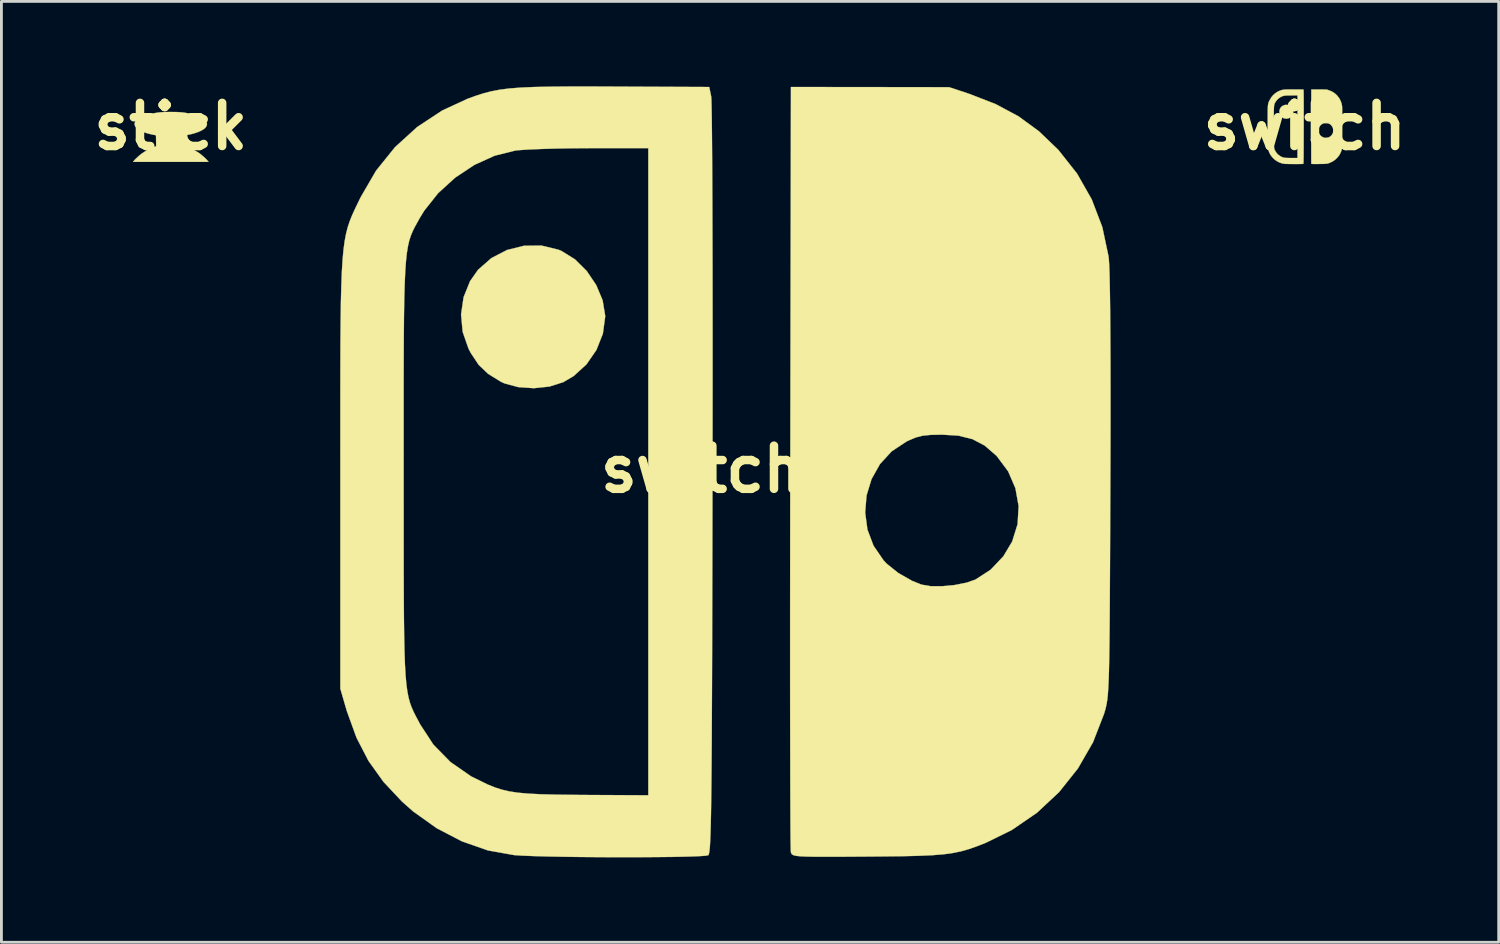
<source format=kicad_pcb>
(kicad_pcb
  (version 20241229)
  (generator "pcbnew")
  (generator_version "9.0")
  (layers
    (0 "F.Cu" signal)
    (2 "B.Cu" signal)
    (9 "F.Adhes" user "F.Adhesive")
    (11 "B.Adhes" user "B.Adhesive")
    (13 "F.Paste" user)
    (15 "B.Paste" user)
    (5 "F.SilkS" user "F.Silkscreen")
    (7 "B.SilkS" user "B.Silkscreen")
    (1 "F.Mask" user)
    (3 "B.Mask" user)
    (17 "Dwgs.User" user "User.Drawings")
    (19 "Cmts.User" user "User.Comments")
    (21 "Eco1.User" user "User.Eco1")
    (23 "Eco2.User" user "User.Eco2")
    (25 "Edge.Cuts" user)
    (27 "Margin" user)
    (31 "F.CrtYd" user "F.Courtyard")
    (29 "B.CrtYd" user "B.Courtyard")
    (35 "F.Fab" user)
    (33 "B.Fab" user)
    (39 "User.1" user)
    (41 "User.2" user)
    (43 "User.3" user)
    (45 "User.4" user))
  (footprint "switch2"
    (layer "F.Cu")
    (at 22.475 13.527)
    (property "Reference" "switch2" (at 0 0 0) (layer "F.SilkS") (effects (font (size 1.524 1.524) (thickness 0.3))))
    (attr through_hole)
    (fp_poly (pts (xy -5.804 -7.759) (xy -5.691 -7.712) (xy -5.216 -7.417) (xy -4.798 -7.002) (xy -4.463 -6.505) (xy -4.238 -5.967) (xy -4.149 -5.427) (xy -4.149 -5.389) (xy -4.23 -4.79) (xy -4.457 -4.217) (xy -4.809 -3.706) (xy -5.264 -3.292) (xy -5.629 -3.078) (xy -6.117 -2.923) (xy -6.667 -2.865) (xy -7.218 -2.903) (xy -7.709 -3.036) (xy -7.84 -3.097) (xy -8.285 -3.373) (xy -8.618 -3.691) (xy -8.894 -4.106) (xy -8.977 -4.265) (xy -9.182 -4.853) (xy -9.239 -5.469) (xy -9.15 -6.078) (xy -8.922 -6.644) (xy -8.639 -7.047) (xy -8.168 -7.461) (xy -7.617 -7.746) (xy -7.017 -7.896) (xy -6.402 -7.903) (xy -5.804 -7.759)) (stroke (width 0.01) (type solid)) (fill yes) (layer "F.SilkS"))
    (fp_poly (pts (xy 5.207 -13.501) (xy 8.001 -13.497) (xy 8.721 -13.258) (xy 9.648 -12.898) (xy 10.452 -12.468) (xy 11.171 -11.942) (xy 11.844 -11.297) (xy 11.863 -11.277) (xy 12.519 -10.447) (xy 13.039 -9.532) (xy 13.412 -8.555) (xy 13.628 -7.537) (xy 13.642 -7.429) (xy 13.656 -7.206) (xy 13.669 -6.823) (xy 13.68 -6.286) (xy 13.689 -5.606) (xy 13.695 -4.791) (xy 13.7 -3.849) (xy 13.702 -2.788) (xy 13.702 -1.618) (xy 13.699 -0.346) (xy 13.695 0.656) (xy 13.69 1.939) (xy 13.685 3.064) (xy 13.68 4.043) (xy 13.675 4.887) (xy 13.67 5.606) (xy 13.663 6.214) (xy 13.655 6.721) (xy 13.646 7.138) (xy 13.635 7.477) (xy 13.621 7.749) (xy 13.606 7.966) (xy 13.587 8.139) (xy 13.565 8.28) (xy 13.54 8.399) (xy 13.511 8.509) (xy 13.478 8.621) (xy 13.474 8.636) (xy 13.084 9.64) (xy 12.551 10.566) (xy 11.886 11.401) (xy 11.104 12.131) (xy 10.217 12.74) (xy 9.313 13.185) (xy 8.996 13.311) (xy 8.708 13.412) (xy 8.428 13.493) (xy 8.131 13.554) (xy 7.796 13.6) (xy 7.397 13.632) (xy 6.912 13.653) (xy 6.318 13.667) (xy 5.592 13.675) (xy 5.1 13.679) (xy 4.362 13.684) (xy 3.776 13.686) (xy 3.323 13.686) (xy 2.986 13.68) (xy 2.747 13.67) (xy 2.589 13.653) (xy 2.494 13.628) (xy 2.443 13.594) (xy 2.419 13.551) (xy 2.41 13.516) (xy 2.406 13.412) (xy 2.401 13.149) (xy 2.397 12.734) (xy 2.394 12.177) (xy 2.391 11.488) (xy 2.389 10.675) (xy 2.387 9.748) (xy 2.385 8.716) (xy 2.384 7.588) (xy 2.384 6.373) (xy 2.384 5.08) (xy 2.385 3.719) (xy 2.386 2.298) (xy 2.387 1.528) (xy 5.035 1.528) (xy 5.115 2.129) (xy 5.331 2.701) (xy 5.685 3.217) (xy 5.791 3.33) (xy 6.199 3.659) (xy 6.692 3.94) (xy 7.027 4.074) (xy 7.343 4.128) (xy 7.755 4.13) (xy 8.201 4.087) (xy 8.618 4.004) (xy 8.932 3.895) (xy 9.468 3.546) (xy 9.918 3.07) (xy 10.227 2.553) (xy 10.419 1.938) (xy 10.456 1.299) (xy 10.342 0.667) (xy 10.084 0.07) (xy 9.687 -0.462) (xy 9.666 -0.483) (xy 9.261 -0.835) (xy 8.829 -1.064) (xy 8.328 -1.189) (xy 7.747 -1.224) (xy 7.351 -1.216) (xy 7.063 -1.187) (xy 6.823 -1.125) (xy 6.569 -1.017) (xy 6.498 -0.983) (xy 5.971 -0.635) (xy 5.557 -0.183) (xy 5.26 0.346) (xy 5.084 0.925) (xy 5.035 1.528) (xy 2.387 1.528) (xy 2.388 0.827) (xy 2.39 -0.085) (xy 2.413 -13.504) (xy 5.207 -13.501)) (stroke (width 0.01) (type solid)) (fill yes) (layer "F.SilkS"))
    (fp_poly (pts (xy -3.859 -13.519) (xy -0.473 -13.504) (xy -0.404 -13.169) (xy -0.396 -13.048) (xy -0.389 -12.767) (xy -0.382 -12.335) (xy -0.376 -11.762) (xy -0.371 -11.057) (xy -0.366 -10.23) (xy -0.362 -9.29) (xy -0.359 -8.247) (xy -0.356 -7.109) (xy -0.355 -5.886) (xy -0.354 -4.588) (xy -0.354 -3.223) (xy -0.355 -1.803) (xy -0.356 -0.334) (xy -0.358 0.359) (xy -0.361 2.124) (xy -0.364 3.728) (xy -0.368 5.177) (xy -0.371 6.48) (xy -0.375 7.644) (xy -0.38 8.677) (xy -0.384 9.586) (xy -0.39 10.38) (xy -0.396 11.065) (xy -0.403 11.649) (xy -0.41 12.14) (xy -0.419 12.546) (xy -0.428 12.874) (xy -0.439 13.132) (xy -0.45 13.327) (xy -0.463 13.467) (xy -0.478 13.56) (xy -0.493 13.613) (xy -0.508 13.633) (xy -0.621 13.652) (xy -0.882 13.668) (xy -1.267 13.681) (xy -1.755 13.691) (xy -2.323 13.697) (xy -2.949 13.701) (xy -3.611 13.702) (xy -4.286 13.7) (xy -4.953 13.695) (xy -5.589 13.687) (xy -6.171 13.676) (xy -6.678 13.662) (xy -7.087 13.646) (xy -7.366 13.627) (xy -8.289 13.463) (xy -9.208 13.142) (xy -10.097 12.679) (xy -10.93 12.086) (xy -11.324 11.738) (xy -11.981 11.038) (xy -12.509 10.299) (xy -12.932 9.481) (xy -13.271 8.547) (xy -13.313 8.406) (xy -13.504 7.747) (xy -13.504 0.169) (xy -13.504 -1.196) (xy -13.504 -1.779) (xy -11.267 -1.779) (xy -11.267 -0.514) (xy -11.267 0.085) (xy -11.266 1.408) (xy -11.266 2.573) (xy -11.265 3.592) (xy -11.262 4.476) (xy -11.257 5.236) (xy -11.249 5.885) (xy -11.237 6.433) (xy -11.221 6.891) (xy -11.199 7.272) (xy -11.171 7.587) (xy -11.136 7.847) (xy -11.094 8.064) (xy -11.043 8.249) (xy -10.983 8.414) (xy -10.914 8.569) (xy -10.834 8.728) (xy -10.742 8.9) (xy -10.686 9.007) (xy -10.216 9.726) (xy -9.614 10.34) (xy -8.883 10.847) (xy -8.295 11.136) (xy -8.045 11.236) (xy -7.8 11.315) (xy -7.537 11.377) (xy -7.233 11.423) (xy -6.865 11.456) (xy -6.409 11.479) (xy -5.841 11.493) (xy -5.14 11.501) (xy -4.72 11.504) (xy -2.625 11.515) (xy -2.625 -11.345) (xy -4.678 -11.344) (xy -5.29 -11.34) (xy -5.882 -11.33) (xy -6.421 -11.314) (xy -6.873 -11.295) (xy -7.206 -11.272) (xy -7.324 -11.259) (xy -8.051 -11.078) (xy -8.769 -10.752) (xy -9.445 -10.304) (xy -10.047 -9.756) (xy -10.542 -9.133) (xy -10.694 -8.883) (xy -10.79 -8.711) (xy -10.876 -8.556) (xy -10.95 -8.406) (xy -11.014 -8.25) (xy -11.07 -8.076) (xy -11.116 -7.874) (xy -11.155 -7.631) (xy -11.186 -7.337) (xy -11.211 -6.981) (xy -11.23 -6.55) (xy -11.245 -6.034) (xy -11.255 -5.421) (xy -11.261 -4.701) (xy -11.265 -3.861) (xy -11.267 -2.891) (xy -11.267 -1.779) (xy -13.504 -1.779) (xy -13.504 -2.403) (xy -13.503 -3.464) (xy -13.5 -4.39) (xy -13.493 -5.193) (xy -13.484 -5.884) (xy -13.469 -6.474) (xy -13.45 -6.976) (xy -13.424 -7.401) (xy -13.391 -7.759) (xy -13.35 -8.064) (xy -13.3 -8.325) (xy -13.241 -8.556) (xy -13.171 -8.766) (xy -13.09 -8.968) (xy -12.997 -9.174) (xy -12.891 -9.394) (xy -12.786 -9.61) (xy -12.24 -10.55) (xy -11.57 -11.381) (xy -10.788 -12.092) (xy -9.905 -12.674) (xy -9.01 -13.087) (xy -8.718 -13.193) (xy -8.444 -13.281) (xy -8.167 -13.353) (xy -7.869 -13.409) (xy -7.532 -13.452) (xy -7.134 -13.483) (xy -6.659 -13.504) (xy -6.085 -13.516) (xy -5.395 -13.522) (xy -4.569 -13.522) (xy -3.859 -13.519)) (stroke (width 0.01) (type solid)) (fill yes) (layer "F.SilkS")))
  (footprint "switch"
    (layer "F.Cu")
    (at 43.035 1.418)
    (property "Reference" "switch" (at 0 0 0) (layer "F.SilkS") (effects (font (size 1.524 1.524) (thickness 0.3))))
    (attr through_hole)
    (fp_poly (pts (xy -0.562 -0.751) (xy -0.551 -0.746) (xy -0.505 -0.718) (xy -0.464 -0.678) (xy -0.432 -0.63) (xy -0.41 -0.577) (xy -0.402 -0.525) (xy -0.401 -0.521) (xy -0.409 -0.464) (xy -0.431 -0.408) (xy -0.465 -0.359) (xy -0.509 -0.319) (xy -0.545 -0.298) (xy -0.592 -0.283) (xy -0.645 -0.277) (xy -0.699 -0.281) (xy -0.746 -0.294) (xy -0.759 -0.3) (xy -0.802 -0.326) (xy -0.834 -0.357) (xy -0.861 -0.397) (xy -0.869 -0.413) (xy -0.889 -0.47) (xy -0.894 -0.529) (xy -0.886 -0.588) (xy -0.863 -0.643) (xy -0.836 -0.682) (xy -0.79 -0.722) (xy -0.737 -0.75) (xy -0.679 -0.764) (xy -0.62 -0.765) (xy -0.562 -0.751)) (stroke (width 0.01) (type solid)) (fill yes) (layer "F.SilkS"))
    (fp_poly (pts (xy 0.504 -1.307) (xy 0.774 -1.306) (xy 0.844 -1.283) (xy 0.934 -1.248) (xy 1.011 -1.207) (xy 1.081 -1.156) (xy 1.146 -1.093) (xy 1.148 -1.091) (xy 1.212 -1.011) (xy 1.262 -0.922) (xy 1.298 -0.828) (xy 1.319 -0.729) (xy 1.32 -0.719) (xy 1.322 -0.697) (xy 1.323 -0.66) (xy 1.324 -0.608) (xy 1.325 -0.543) (xy 1.325 -0.464) (xy 1.326 -0.372) (xy 1.326 -0.27) (xy 1.326 -0.157) (xy 1.326 -0.034) (xy 1.325 0.064) (xy 1.325 0.188) (xy 1.324 0.297) (xy 1.324 0.391) (xy 1.323 0.473) (xy 1.323 0.543) (xy 1.322 0.601) (xy 1.321 0.65) (xy 1.321 0.691) (xy 1.319 0.724) (xy 1.318 0.75) (xy 1.317 0.771) (xy 1.315 0.788) (xy 1.313 0.801) (xy 1.31 0.813) (xy 1.308 0.823) (xy 1.304 0.834) (xy 1.304 0.836) (xy 1.266 0.933) (xy 1.215 1.023) (xy 1.15 1.103) (xy 1.075 1.174) (xy 0.989 1.233) (xy 0.901 1.276) (xy 0.871 1.288) (xy 0.843 1.298) (xy 0.816 1.306) (xy 0.787 1.312) (xy 0.754 1.316) (xy 0.716 1.319) (xy 0.669 1.321) (xy 0.611 1.323) (xy 0.541 1.323) (xy 0.494 1.324) (xy 0.422 1.324) (xy 0.365 1.324) (xy 0.322 1.324) (xy 0.289 1.324) (xy 0.266 1.323) (xy 0.251 1.321) (xy 0.241 1.319) (xy 0.236 1.316) (xy 0.234 1.311) (xy 0.233 1.308) (xy 0.233 1.298) (xy 0.232 1.272) (xy 0.232 1.232) (xy 0.232 1.178) (xy 0.231 1.112) (xy 0.231 1.033) (xy 0.231 0.943) (xy 0.231 0.843) (xy 0.231 0.734) (xy 0.231 0.617) (xy 0.231 0.492) (xy 0.231 0.36) (xy 0.231 0.222) (xy 0.231 0.148) (xy 0.487 0.148) (xy 0.495 0.206) (xy 0.516 0.261) (xy 0.55 0.311) (xy 0.56 0.322) (xy 0.6 0.354) (xy 0.648 0.381) (xy 0.68 0.394) (xy 0.711 0.399) (xy 0.75 0.4) (xy 0.794 0.396) (xy 0.834 0.388) (xy 0.864 0.377) (xy 0.916 0.343) (xy 0.96 0.297) (xy 0.99 0.247) (xy 1.008 0.188) (xy 1.012 0.126) (xy 1.001 0.065) (xy 0.976 0.007) (xy 0.937 -0.045) (xy 0.935 -0.047) (xy 0.896 -0.081) (xy 0.854 -0.103) (xy 0.806 -0.115) (xy 0.75 -0.118) (xy 0.711 -0.118) (xy 0.684 -0.115) (xy 0.66 -0.109) (xy 0.636 -0.098) (xy 0.629 -0.095) (xy 0.578 -0.061) (xy 0.538 -0.018) (xy 0.509 0.033) (xy 0.492 0.089) (xy 0.487 0.148) (xy 0.231 0.148) (xy 0.231 0.08) (xy 0.231 -0.008) (xy 0.234 -1.307) (xy 0.504 -1.307)) (stroke (width 0.01) (type solid)) (fill yes) (layer "F.SilkS"))
    (fp_poly (pts (xy -0.373 -1.308) (xy -0.046 -1.307) (xy -0.039 -1.274) (xy -0.038 -1.263) (xy -0.038 -1.236) (xy -0.037 -1.194) (xy -0.036 -1.138) (xy -0.036 -1.07) (xy -0.035 -0.99) (xy -0.035 -0.899) (xy -0.035 -0.798) (xy -0.034 -0.688) (xy -0.034 -0.57) (xy -0.034 -0.444) (xy -0.034 -0.312) (xy -0.034 -0.174) (xy -0.034 -0.032) (xy -0.035 0.035) (xy -0.035 0.206) (xy -0.035 0.361) (xy -0.036 0.501) (xy -0.036 0.627) (xy -0.036 0.74) (xy -0.037 0.84) (xy -0.037 0.928) (xy -0.038 1.004) (xy -0.038 1.071) (xy -0.039 1.127) (xy -0.04 1.175) (xy -0.041 1.214) (xy -0.041 1.246) (xy -0.042 1.271) (xy -0.044 1.29) (xy -0.045 1.303) (xy -0.046 1.312) (xy -0.048 1.317) (xy -0.049 1.319) (xy -0.06 1.321) (xy -0.085 1.323) (xy -0.123 1.324) (xy -0.17 1.325) (xy -0.225 1.326) (xy -0.285 1.326) (xy -0.349 1.326) (xy -0.415 1.326) (xy -0.479 1.325) (xy -0.541 1.325) (xy -0.597 1.323) (xy -0.646 1.322) (xy -0.686 1.321) (xy -0.713 1.319) (xy -0.802 1.303) (xy -0.891 1.272) (xy -0.977 1.227) (xy -1.058 1.17) (xy -1.096 1.136) (xy -1.159 1.068) (xy -1.211 0.997) (xy -1.251 0.918) (xy -1.284 0.827) (xy -1.288 0.814) (xy -1.307 0.75) (xy -1.307 0.016) (xy -1.307 -0.116) (xy -1.307 -0.172) (xy -1.09 -0.172) (xy -1.09 -0.05) (xy -1.09 0.008) (xy -1.09 0.136) (xy -1.09 0.249) (xy -1.09 0.348) (xy -1.09 0.433) (xy -1.089 0.507) (xy -1.089 0.569) (xy -1.087 0.623) (xy -1.086 0.667) (xy -1.084 0.704) (xy -1.081 0.734) (xy -1.078 0.759) (xy -1.074 0.78) (xy -1.069 0.798) (xy -1.063 0.814) (xy -1.056 0.829) (xy -1.048 0.845) (xy -1.04 0.861) (xy -1.034 0.872) (xy -0.989 0.941) (xy -0.93 1.001) (xy -0.86 1.05) (xy -0.803 1.078) (xy -0.779 1.087) (xy -0.755 1.095) (xy -0.729 1.101) (xy -0.7 1.105) (xy -0.664 1.109) (xy -0.62 1.111) (xy -0.565 1.112) (xy -0.497 1.113) (xy -0.457 1.113) (xy -0.254 1.114) (xy -0.254 -1.098) (xy -0.453 -1.098) (xy -0.512 -1.097) (xy -0.569 -1.096) (xy -0.621 -1.095) (xy -0.665 -1.093) (xy -0.697 -1.091) (xy -0.709 -1.09) (xy -0.779 -1.072) (xy -0.849 -1.041) (xy -0.914 -0.997) (xy -0.972 -0.944) (xy -1.02 -0.884) (xy -1.035 -0.86) (xy -1.044 -0.843) (xy -1.052 -0.828) (xy -1.06 -0.814) (xy -1.066 -0.798) (xy -1.071 -0.782) (xy -1.076 -0.762) (xy -1.079 -0.739) (xy -1.083 -0.71) (xy -1.085 -0.676) (xy -1.087 -0.634) (xy -1.088 -0.584) (xy -1.089 -0.525) (xy -1.09 -0.455) (xy -1.09 -0.374) (xy -1.09 -0.28) (xy -1.09 -0.172) (xy -1.307 -0.172) (xy -1.307 -0.233) (xy -1.307 -0.335) (xy -1.306 -0.425) (xy -1.306 -0.503) (xy -1.305 -0.569) (xy -1.303 -0.627) (xy -1.302 -0.675) (xy -1.299 -0.716) (xy -1.296 -0.751) (xy -1.292 -0.78) (xy -1.287 -0.806) (xy -1.281 -0.828) (xy -1.275 -0.848) (xy -1.267 -0.868) (xy -1.258 -0.888) (xy -1.248 -0.909) (xy -1.237 -0.93) (xy -1.185 -1.021) (xy -1.12 -1.101) (xy -1.044 -1.17) (xy -0.959 -1.227) (xy -0.872 -1.266) (xy -0.844 -1.277) (xy -0.817 -1.285) (xy -0.79 -1.292) (xy -0.762 -1.298) (xy -0.729 -1.302) (xy -0.69 -1.305) (xy -0.644 -1.307) (xy -0.589 -1.308) (xy -0.522 -1.309) (xy -0.442 -1.309) (xy -0.373 -1.308)) (stroke (width 0.01) (type solid)) (fill yes) (layer "F.SilkS")))
  (footprint "stick"
    (layer "F.Cu")
    (at 2.983 1.418)
    (property "Reference" "stick" (at 0 0 0) (layer "F.SilkS") (effects (font (size 1.524 1.524) (thickness 0.3))))
    (attr through_hole)
    (fp_poly (pts (xy 0.125 -0.512) (xy 0.225 -0.51) (xy 0.315 -0.505) (xy 0.393 -0.499) (xy 0.437 -0.494) (xy 0.583 -0.471) (xy 0.712 -0.445) (xy 0.827 -0.416) (xy 0.931 -0.381) (xy 1.027 -0.342) (xy 1.052 -0.33) (xy 1.135 -0.284) (xy 1.2 -0.235) (xy 1.246 -0.185) (xy 1.272 -0.132) (xy 1.279 -0.079) (xy 1.266 -0.026) (xy 1.234 0.028) (xy 1.193 0.07) (xy 1.134 0.113) (xy 1.058 0.155) (xy 0.968 0.194) (xy 0.866 0.23) (xy 0.755 0.262) (xy 0.647 0.286) (xy 0.528 0.309) (xy 0.533 0.703) (xy 0.579 0.718) (xy 0.622 0.734) (xy 0.677 0.759) (xy 0.741 0.79) (xy 0.808 0.825) (xy 0.873 0.861) (xy 0.934 0.896) (xy 0.984 0.927) (xy 1.001 0.939) (xy 1.055 0.98) (xy 1.113 1.028) (xy 1.17 1.078) (xy 1.224 1.128) (xy 1.269 1.173) (xy 1.3 1.209) (xy 1.333 1.25) (xy -1.333 1.25) (xy -1.301 1.21) (xy -1.266 1.169) (xy -1.217 1.121) (xy -1.161 1.069) (xy -1.101 1.017) (xy -1.042 0.97) (xy -1.005 0.943) (xy -0.934 0.895) (xy -0.853 0.847) (xy -0.767 0.802) (xy -0.684 0.762) (xy -0.61 0.731) (xy -0.597 0.726) (xy -0.518 0.698) (xy -0.52 0.505) (xy -0.523 0.311) (xy -0.66 0.283) (xy -0.795 0.251) (xy -0.914 0.215) (xy -1.016 0.175) (xy -1.103 0.131) (xy -1.173 0.085) (xy -1.225 0.037) (xy -1.26 -0.013) (xy -1.278 -0.064) (xy -1.277 -0.115) (xy -1.258 -0.166) (xy -1.219 -0.217) (xy -1.162 -0.266) (xy -1.085 -0.314) (xy -1.052 -0.33) (xy -0.959 -0.371) (xy -0.86 -0.405) (xy -0.752 -0.436) (xy -0.631 -0.462) (xy -0.494 -0.485) (xy -0.432 -0.494) (xy -0.365 -0.501) (xy -0.282 -0.507) (xy -0.188 -0.511) (xy -0.086 -0.513) (xy 0.02 -0.513) (xy 0.125 -0.512)) (stroke (width 0.01) (type solid)) (fill yes) (layer "F.SilkS")))
  (gr_rect
    (start -3 -3)
    (end 49.889 30.234)
    (stroke (width 0.1) (type default))
    (fill no)
    (layer "Edge.Cuts")))
</source>
